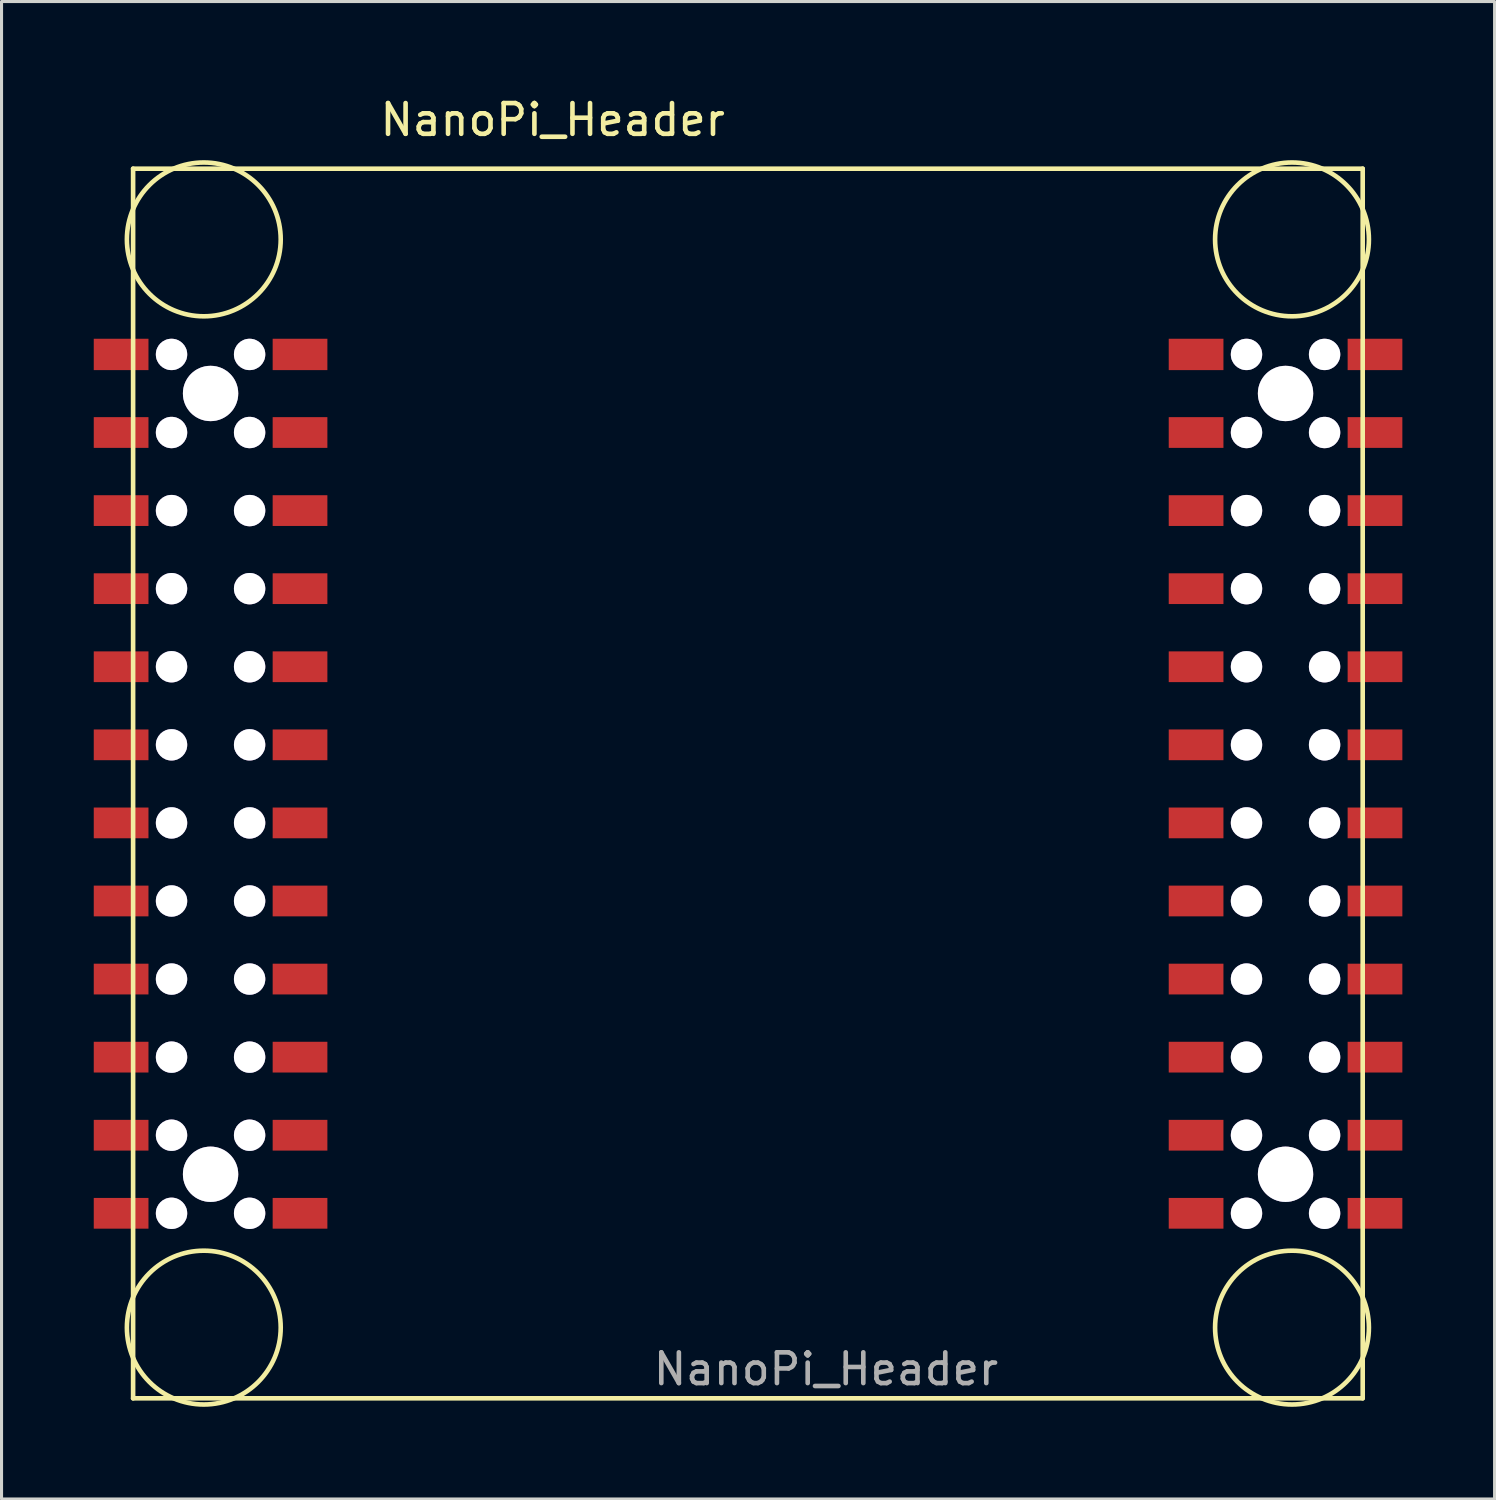
<source format=kicad_pcb>
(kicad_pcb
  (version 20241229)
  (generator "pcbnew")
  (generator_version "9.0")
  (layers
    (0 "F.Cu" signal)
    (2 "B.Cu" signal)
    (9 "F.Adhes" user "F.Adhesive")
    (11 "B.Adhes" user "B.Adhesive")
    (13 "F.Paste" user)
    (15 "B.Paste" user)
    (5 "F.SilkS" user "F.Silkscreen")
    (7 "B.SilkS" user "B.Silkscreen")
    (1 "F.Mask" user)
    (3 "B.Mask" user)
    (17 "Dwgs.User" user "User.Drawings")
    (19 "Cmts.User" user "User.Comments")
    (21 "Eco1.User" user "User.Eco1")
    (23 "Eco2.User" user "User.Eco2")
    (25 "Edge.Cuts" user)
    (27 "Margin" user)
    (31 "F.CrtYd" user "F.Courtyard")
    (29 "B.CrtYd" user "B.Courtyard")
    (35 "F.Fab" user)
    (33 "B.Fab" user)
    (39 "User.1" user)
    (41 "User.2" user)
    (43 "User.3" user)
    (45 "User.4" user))
  (footprint "NanoPi_Header"
    (layer "F.Cu")
    (at 21.28 22.438)
    (property "Reference" "NanoPi_Header" (at -6.35 -21.59 0) (layer "F.SilkS") (effects (font (size 1 1) (thickness 0.15))))
    (attr smd)
    (fp_line (start -20 -20) (end -20 20) (stroke (width 0.15) (type solid)) (layer "F.SilkS"))
    (fp_line (start -20 -20) (end 20 -20) (stroke (width 0.15) (type solid)) (layer "F.SilkS"))
    (fp_line (start -20 20) (end 20 20) (stroke (width 0.15) (type solid)) (layer "F.SilkS"))
    (fp_line (start 20 20) (end 20 -20) (stroke (width 0.15) (type solid)) (layer "F.SilkS"))
    (fp_circle (center -17.7 -17.7) (end -15.198 -17.7) (stroke (width 0.15) (type solid)) (fill no) (layer "F.SilkS"))
    (fp_circle (center -17.7 17.7) (end -15.198 17.7) (stroke (width 0.15) (type solid)) (fill no) (layer "F.SilkS"))
    (fp_circle (center 17.7 -17.7) (end 20.202 -17.7) (stroke (width 0.15) (type solid)) (fill no) (layer "F.SilkS"))
    (fp_circle (center 17.7 17.7) (end 20.202 17.7) (stroke (width 0.15) (type solid)) (fill no) (layer "F.SilkS"))
    (fp_text user "${REFERENCE}" (at 2.54 19.05 180) (layer "F.Fab") (effects (font (size 1 1) (thickness 0.15))))
    (pad "" thru_hole circle (at -18.75 -13.958) (size 1.02 1.02) (drill 1.02) (layers "*.Cu" "*.Mask"))
    (pad "" thru_hole circle (at -18.75 -11.418) (size 1.02 1.02) (drill 1.02) (layers "*.Cu" "*.Mask"))
    (pad "" thru_hole circle (at -18.75 -8.878) (size 1.02 1.02) (drill 1.02) (layers "*.Cu" "*.Mask"))
    (pad "" thru_hole circle (at -18.75 -6.338) (size 1.02 1.02) (drill 1.02) (layers "*.Cu" "*.Mask"))
    (pad "" thru_hole circle (at -18.75 -3.798) (size 1.02 1.02) (drill 1.02) (layers "*.Cu" "*.Mask"))
    (pad "" thru_hole circle (at -18.75 -1.258) (size 1.02 1.02) (drill 1.02) (layers "*.Cu" "*.Mask"))
    (pad "" thru_hole circle (at -18.75 1.282) (size 1.02 1.02) (drill 1.02) (layers "*.Cu" "*.Mask"))
    (pad "" thru_hole circle (at -18.75 3.822) (size 1.02 1.02) (drill 1.02) (layers "*.Cu" "*.Mask"))
    (pad "" thru_hole circle (at -18.75 6.362) (size 1.02 1.02) (drill 1.02) (layers "*.Cu" "*.Mask"))
    (pad "" thru_hole circle (at -18.75 8.902) (size 1.02 1.02) (drill 1.02) (layers "*.Cu" "*.Mask"))
    (pad "" thru_hole circle (at -18.75 11.442) (size 1.02 1.02) (drill 1.02) (layers "*.Cu" "*.Mask"))
    (pad "" thru_hole circle (at -18.75 13.982) (size 1.02 1.02) (drill 1.02) (layers "*.Cu" "*.Mask"))
    (pad "" thru_hole circle (at -17.48 -12.688) (size 1.8 1.8) (drill 1.8) (layers "*.Cu" "*.Mask"))
    (pad "" thru_hole circle (at -17.48 12.712) (size 1.8 1.8) (drill 1.8) (layers "*.Cu" "*.Mask"))
    (pad "" thru_hole circle (at -16.21 -13.958) (size 1.02 1.02) (drill 1.02) (layers "*.Cu" "*.Mask"))
    (pad "" thru_hole circle (at -16.21 -11.418) (size 1.02 1.02) (drill 1.02) (layers "*.Cu" "*.Mask"))
    (pad "" thru_hole circle (at -16.21 -8.878) (size 1.02 1.02) (drill 1.02) (layers "*.Cu" "*.Mask"))
    (pad "" thru_hole circle (at -16.21 -6.338) (size 1.02 1.02) (drill 1.02) (layers "*.Cu" "*.Mask"))
    (pad "" thru_hole circle (at -16.21 -3.798) (size 1.02 1.02) (drill 1.02) (layers "*.Cu" "*.Mask"))
    (pad "" thru_hole circle (at -16.21 -1.258) (size 1.02 1.02) (drill 1.02) (layers "*.Cu" "*.Mask"))
    (pad "" thru_hole circle (at -16.21 1.282) (size 1.02 1.02) (drill 1.02) (layers "*.Cu" "*.Mask"))
    (pad "" thru_hole circle (at -16.21 3.822) (size 1.02 1.02) (drill 1.02) (layers "*.Cu" "*.Mask"))
    (pad "" thru_hole circle (at -16.21 6.362) (size 1.02 1.02) (drill 1.02) (layers "*.Cu" "*.Mask"))
    (pad "" thru_hole circle (at -16.21 8.902) (size 1.02 1.02) (drill 1.02) (layers "*.Cu" "*.Mask"))
    (pad "" thru_hole circle (at -16.21 11.442) (size 1.02 1.02) (drill 1.02) (layers "*.Cu" "*.Mask"))
    (pad "" thru_hole circle (at -16.21 13.982) (size 1.02 1.02) (drill 1.02) (layers "*.Cu" "*.Mask"))
    (pad "" thru_hole circle (at 16.22 -13.958) (size 1.02 1.02) (drill 1.02) (layers "*.Cu" "*.Mask"))
    (pad "" thru_hole circle (at 16.22 -11.418) (size 1.02 1.02) (drill 1.02) (layers "*.Cu" "*.Mask"))
    (pad "" thru_hole circle (at 16.22 -8.878) (size 1.02 1.02) (drill 1.02) (layers "*.Cu" "*.Mask"))
    (pad "" thru_hole circle (at 16.22 -6.338) (size 1.02 1.02) (drill 1.02) (layers "*.Cu" "*.Mask"))
    (pad "" thru_hole circle (at 16.22 -3.798) (size 1.02 1.02) (drill 1.02) (layers "*.Cu" "*.Mask"))
    (pad "" thru_hole circle (at 16.22 -1.258) (size 1.02 1.02) (drill 1.02) (layers "*.Cu" "*.Mask"))
    (pad "" thru_hole circle (at 16.22 1.282) (size 1.02 1.02) (drill 1.02) (layers "*.Cu" "*.Mask"))
    (pad "" thru_hole circle (at 16.22 3.822) (size 1.02 1.02) (drill 1.02) (layers "*.Cu" "*.Mask"))
    (pad "" thru_hole circle (at 16.22 6.362) (size 1.02 1.02) (drill 1.02) (layers "*.Cu" "*.Mask"))
    (pad "" thru_hole circle (at 16.22 8.902) (size 1.02 1.02) (drill 1.02) (layers "*.Cu" "*.Mask"))
    (pad "" thru_hole circle (at 16.22 11.442) (size 1.02 1.02) (drill 1.02) (layers "*.Cu" "*.Mask"))
    (pad "" thru_hole circle (at 16.22 13.982) (size 1.02 1.02) (drill 1.02) (layers "*.Cu" "*.Mask"))
    (pad "" thru_hole circle (at 17.49 -12.688) (size 1.8 1.8) (drill 1.8) (layers "*.Cu" "*.Mask"))
    (pad "" thru_hole circle (at 17.49 12.712) (size 1.8 1.8) (drill 1.8) (layers "*.Cu" "*.Mask"))
    (pad "" thru_hole circle (at 18.76 -13.958) (size 1.02 1.02) (drill 1.02) (layers "*.Cu" "*.Mask"))
    (pad "" thru_hole circle (at 18.76 -11.418) (size 1.02 1.02) (drill 1.02) (layers "*.Cu" "*.Mask"))
    (pad "" thru_hole circle (at 18.76 -8.878) (size 1.02 1.02) (drill 1.02) (layers "*.Cu" "*.Mask"))
    (pad "" thru_hole circle (at 18.76 -6.338) (size 1.02 1.02) (drill 1.02) (layers "*.Cu" "*.Mask"))
    (pad "" thru_hole circle (at 18.76 -3.798) (size 1.02 1.02) (drill 1.02) (layers "*.Cu" "*.Mask"))
    (pad "" thru_hole circle (at 18.76 -1.258) (size 1.02 1.02) (drill 1.02) (layers "*.Cu" "*.Mask"))
    (pad "" thru_hole circle (at 18.76 1.282) (size 1.02 1.02) (drill 1.02) (layers "*.Cu" "*.Mask"))
    (pad "" thru_hole circle (at 18.76 3.822) (size 1.02 1.02) (drill 1.02) (layers "*.Cu" "*.Mask"))
    (pad "" thru_hole circle (at 18.76 6.362) (size 1.02 1.02) (drill 1.02) (layers "*.Cu" "*.Mask"))
    (pad "" thru_hole circle (at 18.76 8.902) (size 1.02 1.02) (drill 1.02) (layers "*.Cu" "*.Mask"))
    (pad "" thru_hole circle (at 18.76 11.442) (size 1.02 1.02) (drill 1.02) (layers "*.Cu" "*.Mask"))
    (pad "" thru_hole circle (at 18.76 13.982) (size 1.02 1.02) (drill 1.02) (layers "*.Cu" "*.Mask"))
    (pad "A1" smd rect (at 20.4 -13.958) (size 1.78 1.02) (layers "F.Cu" "F.Mask" "F.Paste"))
    (pad "A2" smd rect (at 14.58 -13.958) (size 1.78 1.02) (layers "F.Cu" "F.Mask" "F.Paste"))
    (pad "A3" smd rect (at 20.4 -11.418) (size 1.78 1) (layers "F.Cu" "F.Mask" "F.Paste"))
    (pad "A4" smd rect (at 14.58 -11.418) (size 1.78 1) (layers "F.Cu" "F.Mask" "F.Paste"))
    (pad "A5" smd rect (at 20.4 -8.878) (size 1.78 1) (layers "F.Cu" "F.Mask" "F.Paste"))
    (pad "A6" smd rect (at 14.58 -8.878) (size 1.78 1) (layers "F.Cu" "F.Mask" "F.Paste"))
    (pad "A7" smd rect (at 20.4 -6.338) (size 1.78 1) (layers "F.Cu" "F.Mask" "F.Paste"))
    (pad "A8" smd rect (at 14.58 -6.338) (size 1.78 1) (layers "F.Cu" "F.Mask" "F.Paste"))
    (pad "A9" smd rect (at 20.4 -3.798) (size 1.78 1) (layers "F.Cu" "F.Mask" "F.Paste"))
    (pad "A10" smd rect (at 14.58 -3.798) (size 1.78 1) (layers "F.Cu" "F.Mask" "F.Paste"))
    (pad "A11" smd rect (at 20.4 -1.258) (size 1.78 1) (layers "F.Cu" "F.Mask" "F.Paste"))
    (pad "A12" smd rect (at 14.58 -1.258) (size 1.78 1) (layers "F.Cu" "F.Mask" "F.Paste"))
    (pad "A13" smd rect (at 20.4 1.282) (size 1.78 1) (layers "F.Cu" "F.Mask" "F.Paste"))
    (pad "A14" smd rect (at 14.58 1.282) (size 1.78 1) (layers "F.Cu" "F.Mask" "F.Paste"))
    (pad "A15" smd rect (at 20.4 3.822) (size 1.78 1) (layers "F.Cu" "F.Mask" "F.Paste"))
    (pad "A16" smd rect (at 14.58 3.822) (size 1.78 1) (layers "F.Cu" "F.Mask" "F.Paste"))
    (pad "A17" smd rect (at 20.4 6.362) (size 1.78 1) (layers "F.Cu" "F.Mask" "F.Paste"))
    (pad "A18" smd rect (at 14.58 6.362) (size 1.78 1) (layers "F.Cu" "F.Mask" "F.Paste"))
    (pad "A19" smd rect (at 20.4 8.902) (size 1.78 1) (layers "F.Cu" "F.Mask" "F.Paste"))
    (pad "A20" smd rect (at 14.58 8.902) (size 1.78 1) (layers "F.Cu" "F.Mask" "F.Paste"))
    (pad "A21" smd rect (at 20.4 11.442) (size 1.78 1) (layers "F.Cu" "F.Mask" "F.Paste"))
    (pad "A22" smd rect (at 14.58 11.442) (size 1.78 1) (layers "F.Cu" "F.Mask" "F.Paste"))
    (pad "A23" smd rect (at 20.4 13.982) (size 1.78 1) (layers "F.Cu" "F.Mask" "F.Paste"))
    (pad "A24" smd rect (at 14.58 13.982) (size 1.78 1) (layers "F.Cu" "F.Mask" "F.Paste"))
    (pad "B1" smd rect (at -14.57 -13.958) (size 1.78 1.02) (layers "F.Cu" "F.Mask" "F.Paste"))
    (pad "B2" smd rect (at -20.39 -13.958) (size 1.78 1.02) (layers "F.Cu" "F.Mask" "F.Paste"))
    (pad "B3" smd rect (at -14.57 -11.418) (size 1.78 1) (layers "F.Cu" "F.Mask" "F.Paste"))
    (pad "B4" smd rect (at -20.39 -11.418) (size 1.78 1) (layers "F.Cu" "F.Mask" "F.Paste"))
    (pad "B5" smd rect (at -14.57 -8.878) (size 1.78 1) (layers "F.Cu" "F.Mask" "F.Paste"))
    (pad "B6" smd rect (at -20.39 -8.878) (size 1.78 1) (layers "F.Cu" "F.Mask" "F.Paste"))
    (pad "B7" smd rect (at -14.57 -6.338) (size 1.78 1) (layers "F.Cu" "F.Mask" "F.Paste"))
    (pad "B8" smd rect (at -20.39 -6.338) (size 1.78 1) (layers "F.Cu" "F.Mask" "F.Paste"))
    (pad "B9" smd rect (at -14.57 -3.798) (size 1.78 1) (layers "F.Cu" "F.Mask" "F.Paste"))
    (pad "B10" smd rect (at -20.39 -3.798) (size 1.78 1) (layers "F.Cu" "F.Mask" "F.Paste"))
    (pad "B11" smd rect (at -14.57 -1.258) (size 1.78 1) (layers "F.Cu" "F.Mask" "F.Paste"))
    (pad "B12" smd rect (at -20.39 -1.258) (size 1.78 1) (layers "F.Cu" "F.Mask" "F.Paste"))
    (pad "B13" smd rect (at -14.57 1.282) (size 1.78 1) (layers "F.Cu" "F.Mask" "F.Paste"))
    (pad "B14" smd rect (at -20.39 1.282) (size 1.78 1) (layers "F.Cu" "F.Mask" "F.Paste"))
    (pad "B15" smd rect (at -14.57 3.822) (size 1.78 1) (layers "F.Cu" "F.Mask" "F.Paste"))
    (pad "B16" smd rect (at -20.39 3.822) (size 1.78 1) (layers "F.Cu" "F.Mask" "F.Paste"))
    (pad "B17" smd rect (at -14.57 6.362) (size 1.78 1) (layers "F.Cu" "F.Mask" "F.Paste"))
    (pad "B18" smd rect (at -20.39 6.362) (size 1.78 1) (layers "F.Cu" "F.Mask" "F.Paste"))
    (pad "B19" smd rect (at -14.57 8.902) (size 1.78 1) (layers "F.Cu" "F.Mask" "F.Paste"))
    (pad "B20" smd rect (at -20.39 8.902) (size 1.78 1) (layers "F.Cu" "F.Mask" "F.Paste"))
    (pad "B21" smd rect (at -14.57 11.442) (size 1.78 1) (layers "F.Cu" "F.Mask" "F.Paste"))
    (pad "B22" smd rect (at -20.39 11.442) (size 1.78 1) (layers "F.Cu" "F.Mask" "F.Paste"))
    (pad "B23" smd rect (at -14.57 13.982) (size 1.78 1) (layers "F.Cu" "F.Mask" "F.Paste"))
    (pad "B24" smd rect (at -20.39 13.982) (size 1.78 1) (layers "F.Cu" "F.Mask" "F.Paste")))
  (gr_rect
    (start -3 -3)
    (end 45.57 45.715)
    (stroke (width 0.1) (type default))
    (fill no)
    (layer "Edge.Cuts")))
</source>
